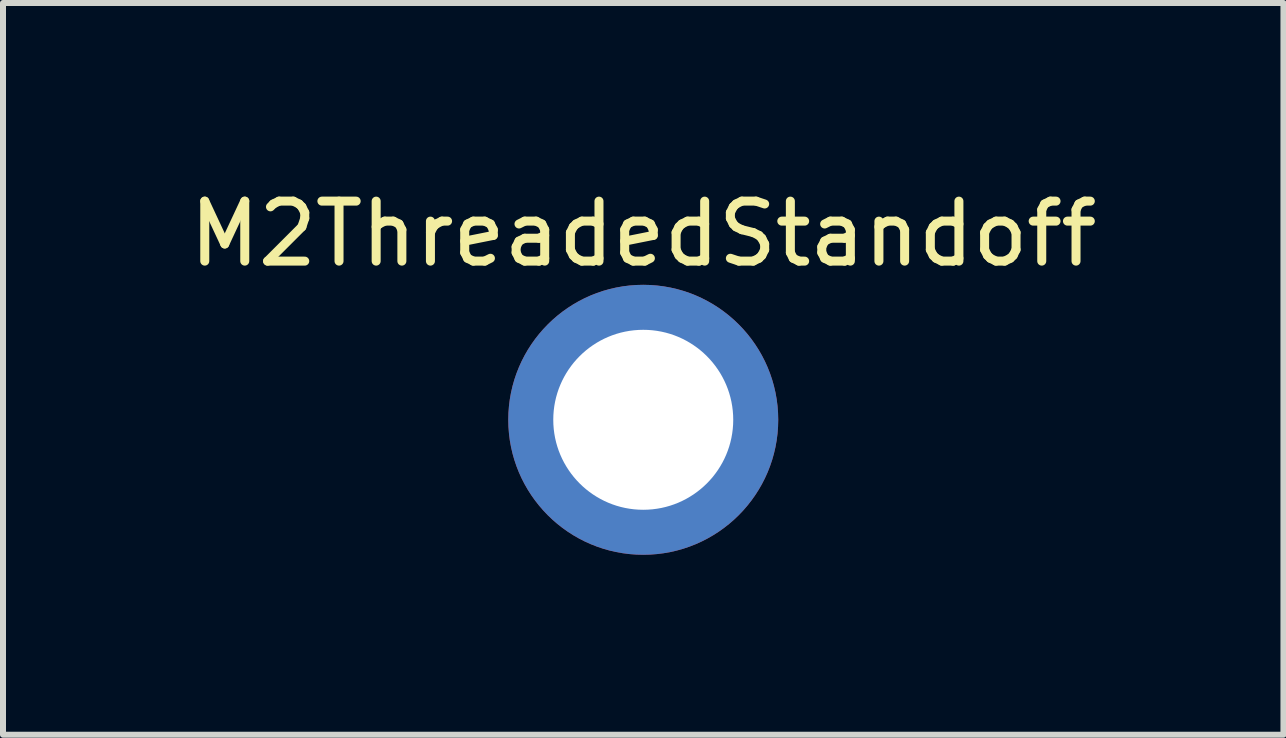
<source format=kicad_pcb>
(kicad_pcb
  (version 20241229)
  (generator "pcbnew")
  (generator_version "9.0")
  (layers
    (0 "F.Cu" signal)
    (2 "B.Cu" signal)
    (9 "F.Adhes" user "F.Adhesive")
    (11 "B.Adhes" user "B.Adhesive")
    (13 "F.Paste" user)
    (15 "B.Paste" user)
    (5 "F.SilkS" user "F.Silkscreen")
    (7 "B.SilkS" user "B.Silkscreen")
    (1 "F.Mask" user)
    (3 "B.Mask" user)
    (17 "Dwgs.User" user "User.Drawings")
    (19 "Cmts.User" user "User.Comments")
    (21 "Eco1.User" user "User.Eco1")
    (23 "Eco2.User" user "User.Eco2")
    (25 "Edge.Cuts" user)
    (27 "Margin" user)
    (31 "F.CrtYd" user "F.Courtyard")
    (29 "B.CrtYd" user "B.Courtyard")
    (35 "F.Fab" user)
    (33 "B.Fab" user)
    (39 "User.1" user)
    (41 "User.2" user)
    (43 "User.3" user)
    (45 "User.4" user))
  (footprint "M2ThreadedStandoff"
    (layer "F.Cu")
    (at 7.673 3.948)
    (property "Reference" "M2ThreadedStandoff" (at 0 -3.1 0) (unlocked yes) (layer "F.SilkS") (effects (font (size 1 1) (thickness 0.15))))
    (attr smd)
    (fp_arc (start -1.54 0.58) (mid -1.634852 -0.144137) (end -1.406327 -0.837786) (stroke (width 1.2) (type default)) (layer "F.Paste"))
    (fp_arc (start 0.16 -1.642997) (mid 0.887708 -1.393557) (end 1.424942 -0.842958) (stroke (width 1.2) (type default)) (layer "F.Paste"))
    (fp_arc (start 1.361219 0.920815) (mid 0.700028 1.490696) (end -0.16 1.64) (stroke (width 1.2) (type default)) (layer "F.Paste"))
    (pad "1" thru_hole circle (at 0 0) (size 4.5 4.5) (drill 3) (layers "*.Cu" "*.Mask")))
  (gr_rect
    (start -3 -3)
    (end 18.345 9.198)
    (stroke (width 0.1) (type default))
    (fill no)
    (layer "Edge.Cuts")))
</source>
